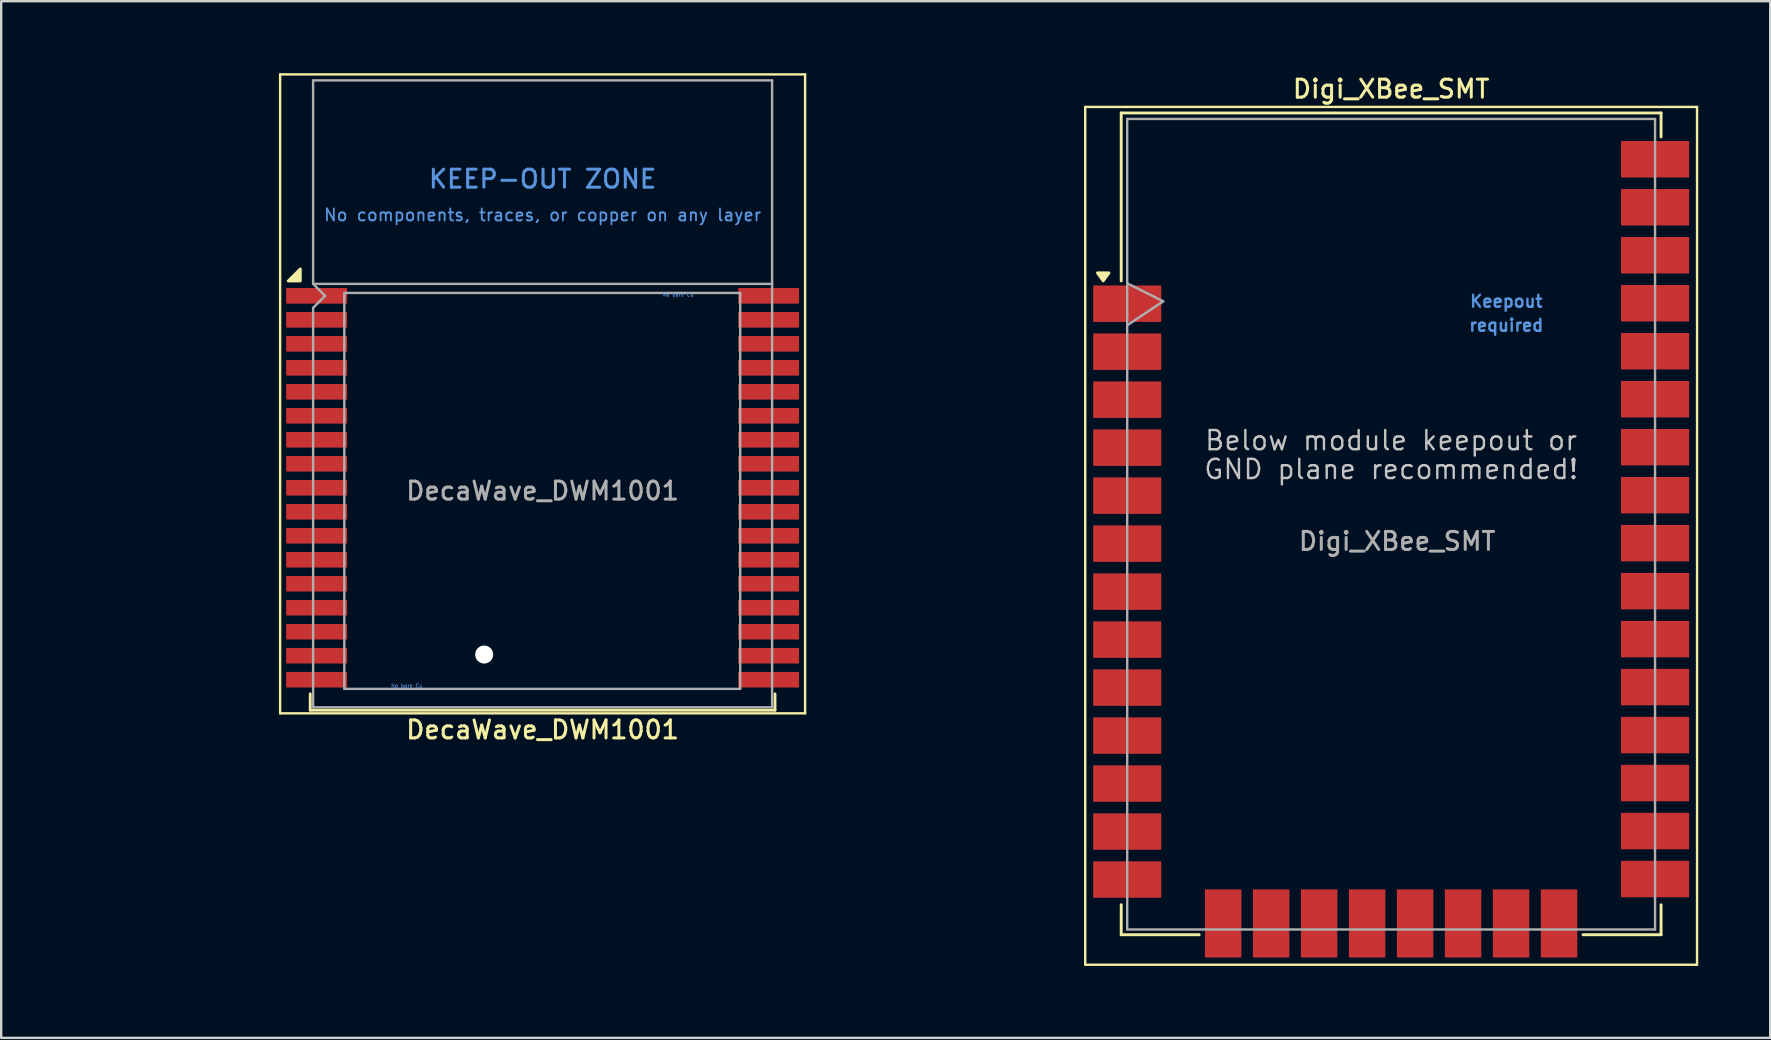
<source format=kicad_pcb>
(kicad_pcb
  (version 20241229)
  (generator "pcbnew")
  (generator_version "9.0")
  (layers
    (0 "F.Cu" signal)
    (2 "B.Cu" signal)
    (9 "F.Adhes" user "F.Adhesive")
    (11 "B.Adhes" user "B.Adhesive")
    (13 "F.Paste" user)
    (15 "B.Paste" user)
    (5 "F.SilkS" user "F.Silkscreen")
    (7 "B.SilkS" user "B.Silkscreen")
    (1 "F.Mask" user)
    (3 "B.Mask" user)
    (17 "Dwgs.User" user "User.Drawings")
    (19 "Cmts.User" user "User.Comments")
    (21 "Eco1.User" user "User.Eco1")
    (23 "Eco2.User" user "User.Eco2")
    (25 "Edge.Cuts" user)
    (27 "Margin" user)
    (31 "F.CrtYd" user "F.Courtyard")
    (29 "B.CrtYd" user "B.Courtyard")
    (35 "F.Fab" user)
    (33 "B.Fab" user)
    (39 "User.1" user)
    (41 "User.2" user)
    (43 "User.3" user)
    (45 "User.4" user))
  (footprint "Digi_XBee_SMT"
    (layer "F.Cu")
    (at 54.93 19.508)
    (property "Reference" "Digi_XBee_SMT" (at 0 -18.85 0) (layer "F.SilkS") (effects (font (size 0.75 0.75) (thickness 0.125))))
    (attr smd)
    (fp_line (start -12.75 -18.1) (end 12.75 -18.1) (stroke (width 0.1) (type solid)) (layer "F.SilkS"))
    (fp_line (start -12.75 17.65) (end -12.75 -18.1) (stroke (width 0.1) (type solid)) (layer "F.SilkS"))
    (fp_line (start -11.25 -17.85) (end 11.25 -17.85) (stroke (width 0.12) (type solid)) (layer "F.SilkS"))
    (fp_line (start -11.25 -10.85) (end -11.25 -17.85) (stroke (width 0.12) (type solid)) (layer "F.SilkS"))
    (fp_line (start -11.25 15.15) (end -11.25 16.4) (stroke (width 0.12) (type solid)) (layer "F.SilkS"))
    (fp_line (start -11.25 16.4) (end -8 16.4) (stroke (width 0.12) (type solid)) (layer "F.SilkS"))
    (fp_line (start 8 16.4) (end 11.25 16.4) (stroke (width 0.12) (type solid)) (layer "F.SilkS"))
    (fp_line (start 11.25 -17.85) (end 11.25 -16.85) (stroke (width 0.12) (type solid)) (layer "F.SilkS"))
    (fp_line (start 11.25 16.4) (end 11.25 15.15) (stroke (width 0.12) (type solid)) (layer "F.SilkS"))
    (fp_line (start 12.75 -18.1) (end 12.75 17.65) (stroke (width 0.1) (type solid)) (layer "F.SilkS"))
    (fp_line (start 12.75 17.65) (end -12.75 17.65) (stroke (width 0.1) (type solid)) (layer "F.SilkS"))
    (fp_poly (pts (xy -12 -10.85) (xy -12.24 -11.186) (xy -11.76 -11.186) (xy -12 -10.85)) (stroke (width 0.12) (type solid)) (fill yes) (layer "F.SilkS"))
    (fp_line (start -11 -17.6) (end -11 16.18) (stroke (width 0.1) (type solid)) (layer "F.Fab"))
    (fp_line (start -11 -10.75) (end -9.5 -10) (stroke (width 0.1) (type solid)) (layer "F.Fab"))
    (fp_line (start -11 16.18) (end 11 16.18) (stroke (width 0.1) (type solid)) (layer "F.Fab"))
    (fp_line (start -9.5 -10) (end -11 -9) (stroke (width 0.1) (type solid)) (layer "F.Fab"))
    (fp_line (start 11 -17.6) (end -11 -17.6) (stroke (width 0.1) (type solid)) (layer "F.Fab"))
    (fp_line (start 11 16.18) (end 11 -17.6) (stroke (width 0.1) (type solid)) (layer "F.Fab"))
    (fp_text user "Below module keepout or" (at 0 -4.2 0) (layer "Dwgs.User") (effects (font (size 0.8 0.8) (thickness 0.1))))
    (fp_text user "GND plane recommended!" (at 0 -3 0) (layer "Dwgs.User") (effects (font (size 0.8 0.8) (thickness 0.1))))
    (fp_text user "Keepout" (at 4.8 -10 0) (layer "Cmts.User") (effects (font (size 0.5 0.5) (thickness 0.1))))
    (fp_text user "required" (at 4.8 -9 0) (layer "Cmts.User") (effects (font (size 0.5 0.5) (thickness 0.1))))
    (fp_text user "${REFERENCE}" (at 0.25 0 0) (layer "F.Fab") (effects (font (size 0.75 0.75) (thickness 0.125))))
    (pad "1" smd rect (at -11 -9.9) (size 2.84 1.52) (layers "F.Cu" "F.Mask" "F.Paste"))
    (pad "2" smd rect (at -11 -7.9) (size 2.84 1.52) (layers "F.Cu" "F.Mask" "F.Paste"))
    (pad "3" smd rect (at -11 -5.9) (size 2.84 1.52) (layers "F.Cu" "F.Mask" "F.Paste"))
    (pad "4" smd rect (at -11 -3.9) (size 2.84 1.52) (layers "F.Cu" "F.Mask" "F.Paste"))
    (pad "5" smd rect (at -11 -1.9) (size 2.84 1.52) (layers "F.Cu" "F.Mask" "F.Paste"))
    (pad "6" smd rect (at -11 0.1) (size 2.84 1.52) (layers "F.Cu" "F.Mask" "F.Paste"))
    (pad "7" smd rect (at -11 2.1) (size 2.84 1.52) (layers "F.Cu" "F.Mask" "F.Paste"))
    (pad "8" smd rect (at -11 4.1) (size 2.84 1.52) (layers "F.Cu" "F.Mask" "F.Paste"))
    (pad "9" smd rect (at -11 6.1) (size 2.84 1.52) (layers "F.Cu" "F.Mask" "F.Paste"))
    (pad "10" smd rect (at -11 8.1) (size 2.84 1.52) (layers "F.Cu" "F.Mask" "F.Paste"))
    (pad "11" smd rect (at -11 10.1) (size 2.84 1.52) (layers "F.Cu" "F.Mask" "F.Paste"))
    (pad "12" smd rect (at -11 12.1) (size 2.84 1.52) (layers "F.Cu" "F.Mask" "F.Paste"))
    (pad "13" smd rect (at -11 14.1) (size 2.84 1.52) (layers "F.Cu" "F.Mask" "F.Paste"))
    (pad "14" smd rect (at -7 15.93 90) (size 2.84 1.52) (layers "F.Cu" "F.Mask" "F.Paste"))
    (pad "15" smd rect (at -5 15.93 90) (size 2.84 1.52) (layers "F.Cu" "F.Mask" "F.Paste"))
    (pad "16" smd rect (at -3 15.93 90) (size 2.84 1.52) (layers "F.Cu" "F.Mask" "F.Paste"))
    (pad "17" smd rect (at -1 15.93 90) (size 2.84 1.52) (layers "F.Cu" "F.Mask" "F.Paste"))
    (pad "18" smd rect (at 1 15.93 90) (size 2.84 1.52) (layers "F.Cu" "F.Mask" "F.Paste"))
    (pad "19" smd rect (at 3 15.93 90) (size 2.84 1.52) (layers "F.Cu" "F.Mask" "F.Paste"))
    (pad "20" smd rect (at 5 15.93 90) (size 2.84 1.52) (layers "F.Cu" "F.Mask" "F.Paste"))
    (pad "21" smd rect (at 7 15.93 90) (size 2.84 1.52) (layers "F.Cu" "F.Mask" "F.Paste"))
    (pad "22" smd rect (at 11 14.08) (size 2.84 1.52) (layers "F.Cu" "F.Mask" "F.Paste"))
    (pad "23" smd rect (at 11 12.08) (size 2.84 1.52) (layers "F.Cu" "F.Mask" "F.Paste"))
    (pad "24" smd rect (at 11 10.08) (size 2.84 1.52) (layers "F.Cu" "F.Mask" "F.Paste"))
    (pad "25" smd rect (at 11 8.08) (size 2.84 1.52) (layers "F.Cu" "F.Mask" "F.Paste"))
    (pad "26" smd rect (at 11 6.08) (size 2.84 1.52) (layers "F.Cu" "F.Mask" "F.Paste"))
    (pad "27" smd rect (at 11 4.08) (size 2.84 1.52) (layers "F.Cu" "F.Mask" "F.Paste"))
    (pad "28" smd rect (at 11 2.08) (size 2.84 1.52) (layers "F.Cu" "F.Mask" "F.Paste"))
    (pad "29" smd rect (at 11 0.08) (size 2.84 1.52) (layers "F.Cu" "F.Mask" "F.Paste"))
    (pad "30" smd rect (at 11 -1.92) (size 2.84 1.52) (layers "F.Cu" "F.Mask" "F.Paste"))
    (pad "31" smd rect (at 11 -3.92) (size 2.84 1.52) (layers "F.Cu" "F.Mask" "F.Paste"))
    (pad "32" smd rect (at 11 -5.92) (size 2.84 1.52) (layers "F.Cu" "F.Mask" "F.Paste"))
    (pad "33" smd rect (at 11 -7.92) (size 2.84 1.52) (layers "F.Cu" "F.Mask" "F.Paste"))
    (pad "34" smd rect (at 11 -9.92) (size 2.84 1.52) (layers "F.Cu" "F.Mask" "F.Paste"))
    (pad "35" smd rect (at 11 -11.92) (size 2.84 1.52) (layers "F.Cu" "F.Mask" "F.Paste"))
    (pad "36" smd rect (at 11 -13.92) (size 2.84 1.52) (layers "F.Cu" "F.Mask" "F.Paste"))
    (pad "37" smd rect (at 11 -15.92) (size 2.84 1.52) (layers "F.Cu" "F.Mask" "F.Paste"))
    (zone (net_name "") (layer "F.Cu") (hatch full 0.508) (connect_pads) (min_thickness 0.254) (filled_areas_thickness no) (keepout (tracks not_allowed) (vias not_allowed) (pads not_allowed) (copperpour not_allowed) (footprints not_allowed)) (placement (enabled no)) (fill) (polygon (pts (xy 57.93 8.908) (xy 64.33 8.908) (xy 64.33 11.208) (xy 57.93 11.208)))))
  (footprint "DecaWave_DWM1001"
    (layer "F.Cu")
    (at 19.565 17.41)
    (property "Reference" "DecaWave_DWM1001" (at 0 9.955 0) (layer "F.SilkS") (effects (font (size 0.75 0.75) (thickness 0.125))))
    (attr smd)
    (fp_line (start -10.94 -17.36) (end -10.94 9.27) (stroke (width 0.1) (type solid)) (layer "F.SilkS"))
    (fp_line (start -10.94 -17.36) (end 10.94 -17.36) (stroke (width 0.1) (type solid)) (layer "F.SilkS"))
    (fp_line (start -10.94 9.27) (end 10.94 9.27) (stroke (width 0.1) (type solid)) (layer "F.SilkS"))
    (fp_line (start -9.685 8.46) (end -9.685 9.14) (stroke (width 0.12) (type solid)) (layer "F.SilkS"))
    (fp_line (start 9.685 8.46) (end 9.685 9.14) (stroke (width 0.12) (type solid)) (layer "F.SilkS"))
    (fp_line (start 9.685 9.14) (end -9.685 9.14) (stroke (width 0.12) (type solid)) (layer "F.SilkS"))
    (fp_line (start 10.94 -17.36) (end 10.94 9.27) (stroke (width 0.1) (type solid)) (layer "F.SilkS"))
    (fp_poly (pts (xy -10.1 -8.75) (xy -10.6 -8.75) (xy -10.1 -9.25) (xy -10.1 -8.75)) (stroke (width 0.12) (type solid)) (fill yes) (layer "F.SilkS"))
    (fp_line (start -9.565 -8.63) (end -9.565 -17.11) (stroke (width 0.1) (type solid)) (layer "F.Fab"))
    (fp_line (start -9.565 -8.63) (end -9.065 -8.13) (stroke (width 0.1) (type solid)) (layer "F.Fab"))
    (fp_line (start -9.565 9.02) (end -9.565 -7.63) (stroke (width 0.1) (type solid)) (layer "F.Fab"))
    (fp_line (start -9.065 -8.13) (end -9.565 -7.63) (stroke (width 0.1) (type solid)) (layer "F.Fab"))
    (fp_line (start -8.265 -8.25) (end -8.265 8.25) (stroke (width 0.1) (type solid)) (layer "F.Fab"))
    (fp_line (start -8.265 -8.25) (end 8.235 -8.25) (stroke (width 0.1) (type solid)) (layer "F.Fab"))
    (fp_line (start -8.265 8.25) (end 8.235 8.25) (stroke (width 0.1) (type solid)) (layer "F.Fab"))
    (fp_line (start 8.235 -8.25) (end 8.235 8.25) (stroke (width 0.1) (type solid)) (layer "F.Fab"))
    (fp_line (start 9.565 -17.11) (end -9.565 -17.11) (stroke (width 0.1) (type solid)) (layer "F.Fab"))
    (fp_line (start 9.565 -8.63) (end -9.565 -8.63) (stroke (width 0.1) (type solid)) (layer "F.Fab"))
    (fp_line (start 9.565 9.02) (end -9.565 9.02) (stroke (width 0.1) (type solid)) (layer "F.Fab"))
    (fp_line (start 9.565 9.02) (end 9.565 -17.11) (stroke (width 0.1) (type solid)) (layer "F.Fab"))
    (fp_text user "KEEP-OUT ZONE" (at 0 -13 0) (layer "Cmts.User") (effects (font (size 0.75 0.75) (thickness 0.125))))
    (fp_text user "No bare Cu" (at 5.645 -8.18 0) (layer "Cmts.User") (effects (font (size 0.15 0.15) (thickness 0.022))))
    (fp_text user "No components, traces, or copper on any layer" (at 0 -11.5 0) (layer "Cmts.User") (effects (font (size 0.5 0.5) (thickness 0.075))))
    (fp_text user "No bare Cu" (at -5.665 8.12 0) (layer "Cmts.User") (effects (font (size 0.15 0.15) (thickness 0.022))))
    (fp_text user "${REFERENCE}" (at 0 0 0) (layer "F.Fab") (effects (font (size 0.75 0.75) (thickness 0.125))))
    (pad "" np_thru_hole circle (at -2.435 6.82) (size 0.75 0.75) (drill 1) (layers "*.Cu" "*.Mask"))
    (pad "1" smd rect (at -9.42 -8.13) (size 2.54 0.65) (layers "F.Cu" "F.Mask" "F.Paste"))
    (pad "2" smd rect (at -9.42 -7.13) (size 2.54 0.65) (layers "F.Cu" "F.Mask" "F.Paste"))
    (pad "3" smd rect (at -9.42 -6.13) (size 2.54 0.65) (layers "F.Cu" "F.Mask" "F.Paste"))
    (pad "4" smd rect (at -9.42 -5.13) (size 2.54 0.65) (layers "F.Cu" "F.Mask" "F.Paste"))
    (pad "5" smd rect (at -9.42 -4.13) (size 2.54 0.65) (layers "F.Cu" "F.Mask" "F.Paste"))
    (pad "6" smd rect (at -9.42 -3.13) (size 2.54 0.65) (layers "F.Cu" "F.Mask" "F.Paste"))
    (pad "7" smd rect (at -9.42 -2.13) (size 2.54 0.65) (layers "F.Cu" "F.Mask" "F.Paste"))
    (pad "8" smd rect (at -9.42 -1.13) (size 2.54 0.65) (layers "F.Cu" "F.Mask" "F.Paste"))
    (pad "9" smd rect (at -9.42 -0.13) (size 2.54 0.65) (layers "F.Cu" "F.Mask" "F.Paste"))
    (pad "10" smd rect (at -9.42 0.87) (size 2.54 0.65) (layers "F.Cu" "F.Mask" "F.Paste"))
    (pad "11" smd rect (at -9.42 1.87) (size 2.54 0.65) (layers "F.Cu" "F.Mask" "F.Paste"))
    (pad "12" smd rect (at -9.42 2.87) (size 2.54 0.65) (layers "F.Cu" "F.Mask" "F.Paste"))
    (pad "13" smd rect (at -9.42 3.87) (size 2.54 0.65) (layers "F.Cu" "F.Mask" "F.Paste"))
    (pad "14" smd rect (at -9.42 4.87) (size 2.54 0.65) (layers "F.Cu" "F.Mask" "F.Paste"))
    (pad "15" smd rect (at -9.42 5.87) (size 2.54 0.65) (layers "F.Cu" "F.Mask" "F.Paste"))
    (pad "16" smd rect (at -9.42 6.87) (size 2.54 0.65) (layers "F.Cu" "F.Mask" "F.Paste"))
    (pad "17" smd rect (at -9.42 7.87) (size 2.54 0.65) (layers "F.Cu" "F.Mask" "F.Paste"))
    (pad "18" smd rect (at 9.42 7.87) (size 2.54 0.65) (layers "F.Cu" "F.Mask" "F.Paste"))
    (pad "19" smd rect (at 9.42 6.87) (size 2.54 0.65) (layers "F.Cu" "F.Mask" "F.Paste"))
    (pad "20" smd rect (at 9.42 5.87) (size 2.54 0.65) (layers "F.Cu" "F.Mask" "F.Paste"))
    (pad "21" smd rect (at 9.42 4.87) (size 2.54 0.65) (layers "F.Cu" "F.Mask" "F.Paste"))
    (pad "22" smd rect (at 9.42 3.87) (size 2.54 0.65) (layers "F.Cu" "F.Mask" "F.Paste"))
    (pad "23" smd rect (at 9.42 2.87) (size 2.54 0.65) (layers "F.Cu" "F.Mask" "F.Paste"))
    (pad "24" smd rect (at 9.42 1.87) (size 2.54 0.65) (layers "F.Cu" "F.Mask" "F.Paste"))
    (pad "25" smd rect (at 9.42 0.87) (size 2.54 0.65) (layers "F.Cu" "F.Mask" "F.Paste"))
    (pad "26" smd rect (at 9.42 -0.13) (size 2.54 0.65) (layers "F.Cu" "F.Mask" "F.Paste"))
    (pad "27" smd rect (at 9.42 -1.13) (size 2.54 0.65) (layers "F.Cu" "F.Mask" "F.Paste"))
    (pad "28" smd rect (at 9.42 -2.13) (size 2.54 0.65) (layers "F.Cu" "F.Mask" "F.Paste"))
    (pad "29" smd rect (at 9.42 -3.13) (size 2.54 0.65) (layers "F.Cu" "F.Mask" "F.Paste"))
    (pad "30" smd rect (at 9.42 -4.13) (size 2.54 0.65) (layers "F.Cu" "F.Mask" "F.Paste"))
    (pad "31" smd rect (at 9.42 -5.13) (size 2.54 0.65) (layers "F.Cu" "F.Mask" "F.Paste"))
    (pad "32" smd rect (at 9.42 -6.13) (size 2.54 0.65) (layers "F.Cu" "F.Mask" "F.Paste"))
    (pad "33" smd rect (at 9.42 -7.13) (size 2.54 0.65) (layers "F.Cu" "F.Mask" "F.Paste"))
    (pad "34" smd rect (at 9.42 -8.13) (size 2.54 0.65) (layers "F.Cu" "F.Mask" "F.Paste"))
    (zone (net_name "") (layer "F.Cu") (hatch full 0.508) (connect_pads) (min_thickness 0.254) (filled_areas_thickness no) (keepout (tracks not_allowed) (vias not_allowed) (pads not_allowed) (copperpour not_allowed) (footprints not_allowed)) (placement (enabled no)) (fill) (polygon (pts (xy 13.15 25.83) (xy 14.65 25.83) (xy 14.65 25.23) (xy 13.15 25.23))))
    (zone (net_name "") (layer "F.Cu") (hatch full 0.508) (connect_pads) (min_thickness 0.254) (filled_areas_thickness no) (keepout (tracks not_allowed) (vias not_allowed) (pads not_allowed) (copperpour not_allowed) (footprints not_allowed)) (placement (enabled no)) (fill) (polygon (pts (xy 24.46 9.53) (xy 25.96 9.53) (xy 25.96 8.93) (xy 24.46 8.93))))
    (zone (net_name "") (layers "F.Cu" "B.Cu") (hatch full 0.508) (connect_pads) (min_thickness 0.254) (filled_areas_thickness no) (keepout (tracks not_allowed) (vias not_allowed) (pads not_allowed) (copperpour not_allowed) (footprints not_allowed)) (placement (enabled no)) (fill) (polygon (pts (xy 0 8.78) (xy 39.13 8.78) (xy 39.13 0.3) (xy 0 0.3)))))
  (gr_rect
    (start -3 -3)
    (end 70.73 40.208)
    (stroke (width 0.1) (type default))
    (fill no)
    (layer "Edge.Cuts")))
</source>
